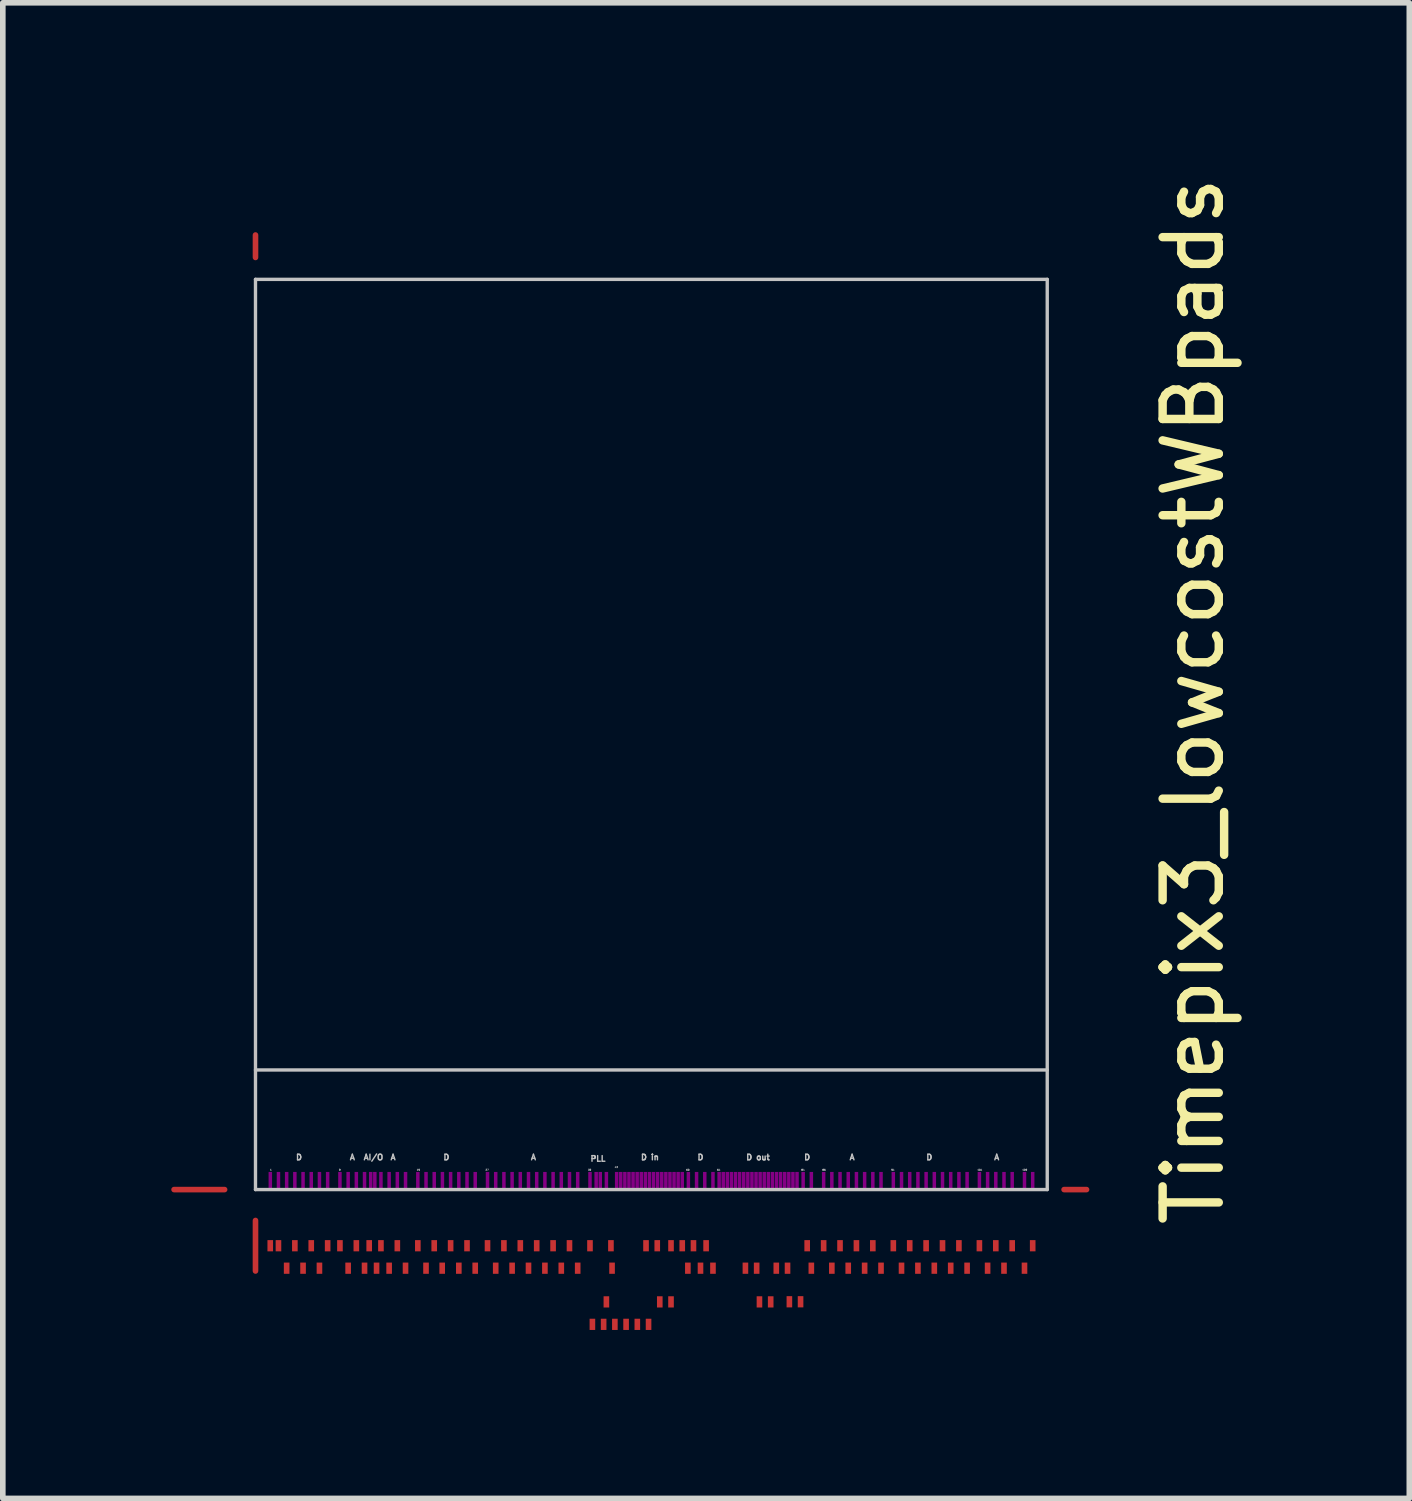
<source format=kicad_pcb>
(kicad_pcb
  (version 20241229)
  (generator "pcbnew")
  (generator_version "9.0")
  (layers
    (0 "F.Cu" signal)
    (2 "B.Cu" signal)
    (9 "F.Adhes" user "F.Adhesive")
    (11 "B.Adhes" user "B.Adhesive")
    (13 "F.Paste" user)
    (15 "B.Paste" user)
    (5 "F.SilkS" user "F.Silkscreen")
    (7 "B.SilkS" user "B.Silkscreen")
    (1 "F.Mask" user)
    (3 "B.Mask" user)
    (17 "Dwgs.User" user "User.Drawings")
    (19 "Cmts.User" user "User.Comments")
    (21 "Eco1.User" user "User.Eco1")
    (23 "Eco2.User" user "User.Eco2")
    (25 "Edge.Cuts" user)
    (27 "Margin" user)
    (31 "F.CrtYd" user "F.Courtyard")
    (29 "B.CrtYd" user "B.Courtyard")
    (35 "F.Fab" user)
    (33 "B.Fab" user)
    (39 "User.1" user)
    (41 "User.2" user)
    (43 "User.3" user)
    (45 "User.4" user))
  (footprint "Timepix3_lowcostWBpads"
    (layer "F.Cu")
    (at 1.5 18.135)
    (property "Reference" "Timepix3_lowcostWBpads" (at 16.7 -8.7 90) (layer "F.SilkS") (effects (font (size 1 1) (thickness 0.15))))
    (attr exclude_from_pos_files exclude_from_bom)
    (fp_line (start 0 -16.21) (end 0 0) (stroke (width 0.06) (type solid)) (layer "Dwgs.User"))
    (fp_line (start 0 -2.13) (end 14.1 -2.13) (stroke (width 0.06) (type solid)) (layer "Dwgs.User"))
    (fp_line (start 0 0) (end 14.1 0) (stroke (width 0.06) (type solid)) (layer "Dwgs.User"))
    (fp_line (start 14.1 -16.21) (end 0 -16.21) (stroke (width 0.06) (type solid)) (layer "Dwgs.User"))
    (fp_line (start 14.1 0) (end 14.1 -16.21) (stroke (width 0.06) (type solid)) (layer "Dwgs.User"))
    (fp_text user "86" (at 10.125 -0.35 180) (layer "Dwgs.User") (effects (font (size 0.03 0.03) (thickness 0.007))))
    (fp_text user "AI/O" (at 2.1 -0.575 0) (layer "Dwgs.User") (effects (font (size 0.1 0.1) (thickness 0.025))))
    (fp_text user "84" (at 9.75 -0.35 180) (layer "Dwgs.User") (effects (font (size 0.03 0.03) (thickness 0.007))))
    (fp_text user "39" (at 5.95 -0.35 180) (layer "Dwgs.User") (effects (font (size 0.03 0.03) (thickness 0.007))))
    (fp_text user "D" (at 7.925 -0.575 0) (layer "Dwgs.User") (effects (font (size 0.1 0.1) (thickness 0.025))))
    (fp_text user "27" (at 4.125 -0.35 180) (layer "Dwgs.User") (effects (font (size 0.03 0.03) (thickness 0.007))))
    (fp_text user "104" (at 12.9 -0.35 180) (layer "Dwgs.User") (effects (font (size 0.03 0.03) (thickness 0.007))))
    (fp_text user "60" (at 7.7 -0.35 180) (layer "Dwgs.User") (effects (font (size 0.03 0.03) (thickness 0.007))))
    (fp_text user "D" (at 0.775 -0.575 0) (layer "Dwgs.User") (effects (font (size 0.1 0.1) (thickness 0.025))))
    (fp_text user "D" (at 12 -0.575 0) (layer "Dwgs.User") (effects (font (size 0.1 0.1) (thickness 0.025))))
    (fp_text user "A" (at 13.2 -0.575 0) (layer "Dwgs.User") (effects (font (size 0.1 0.1) (thickness 0.025))))
    (fp_text user "D out" (at 8.95 -0.575 0) (layer "Dwgs.User") (effects (font (size 0.1 0.1) (thickness 0.025))))
    (fp_text user "109" (at 13.7 -0.35 180) (layer "Dwgs.User") (effects (font (size 0.03 0.03) (thickness 0.007))))
    (fp_text user "A" (at 1.725 -0.575 0) (layer "Dwgs.User") (effects (font (size 0.1 0.1) (thickness 0.025))))
    (fp_text user "D in" (at 7.025 -0.575 0) (layer "Dwgs.User") (effects (font (size 0.1 0.1) (thickness 0.025))))
    (fp_text user "A" (at 2.45 -0.575 0) (layer "Dwgs.User") (effects (font (size 0.1 0.1) (thickness 0.025))))
    (fp_text user "64" (at 8.25 -0.35 180) (layer "Dwgs.User") (effects (font (size 0.03 0.03) (thickness 0.007))))
    (fp_text user "D" (at 3.4 -0.575 0) (layer "Dwgs.User") (effects (font (size 0.1 0.1) (thickness 0.025))))
    (fp_text user "94" (at 11.35 -0.35 180) (layer "Dwgs.User") (effects (font (size 0.03 0.03) (thickness 0.007))))
    (fp_text user "19" (at 2.9 -0.35 180) (layer "Dwgs.User") (effects (font (size 0.03 0.03) (thickness 0.007))))
    (fp_text user "9" (at 1.5 -0.35 0) (layer "Dwgs.User") (effects (font (size 0.03 0.03) (thickness 0.007))))
    (fp_text user "1" (at 0.275 -0.35 0) (layer "Dwgs.User") (effects (font (size 0.03 0.03) (thickness 0.007))))
    (fp_text user "PLL" (at 6.1 -0.55 0) (layer "Dwgs.User") (effects (font (size 0.1 0.1) (thickness 0.025))))
    (fp_text user "A" (at 4.95 -0.575 0) (layer "Dwgs.User") (effects (font (size 0.1 0.1) (thickness 0.025))))
    (fp_text user "D" (at 9.825 -0.575 0) (layer "Dwgs.User") (effects (font (size 0.1 0.1) (thickness 0.025))))
    (fp_text user "43" (at 6.425 -0.4 180) (layer "Dwgs.User") (effects (font (size 0.03 0.03) (thickness 0.007))))
    (fp_text user "A" (at 10.625 -0.575 0) (layer "Dwgs.User") (effects (font (size 0.1 0.1) (thickness 0.025))))
    (fp_text user "x" (at 8.438 -0.168 0) (layer "Eco1.User") (effects (font (size 0.1 0.1) (thickness 0.015))))
    (fp_text user "[" (at 7.345 -0.347 270) (layer "Eco1.User") (effects (font (size 0.05 0.05) (thickness 0.013))))
    (fp_text user "[" (at 7.197 -0.347 270) (layer "Eco1.User") (effects (font (size 0.05 0.05) (thickness 0.013))))
    (fp_text user "x" (at 9.315 -0.168 0) (layer "Eco1.User") (effects (font (size 0.1 0.1) (thickness 0.015))))
    (fp_text user "[" (at 8.877 -0.347 270) (layer "Eco1.User") (effects (font (size 0.05 0.05) (thickness 0.013))))
    (fp_text user "[" (at 9.023 -0.347 270) (layer "Eco1.User") (effects (font (size 0.05 0.05) (thickness 0.013))))
    (fp_text user "[" (at 6.468 -0.345 270) (layer "Eco1.User") (effects (font (size 0.05 0.05) (thickness 0.013))))
    (fp_text user "x" (at 8.73 -0.168 0) (layer "Eco1.User") (effects (font (size 0.1 0.1) (thickness 0.015))))
    (fp_text user "[" (at 7.053 -0.347 270) (layer "Eco1.User") (effects (font (size 0.05 0.05) (thickness 0.013))))
    (fp_text user "x" (at 7.49 -0.168 0) (layer "Eco1.User") (effects (font (size 0.1 0.1) (thickness 0.015))))
    (fp_text user "x" (at 9.17 -0.168 0) (layer "Eco1.User") (effects (font (size 0.1 0.1) (thickness 0.015))))
    (fp_text user "[" (at 6.615 -0.347 270) (layer "Eco1.User") (effects (font (size 0.05 0.05) (thickness 0.013))))
    (fp_text user "x" (at 8.295 -0.168 0) (layer "Eco1.User") (effects (font (size 0.1 0.1) (thickness 0.015))))
    (fp_text user "[" (at 9.61 -0.35 270) (layer "Eco1.User") (effects (font (size 0.05 0.05) (thickness 0.013))))
    (fp_text user "[" (at 6.76 -0.347 270) (layer "Eco1.User") (effects (font (size 0.05 0.05) (thickness 0.013))))
    (fp_text user "x" (at 8.585 -0.168 0) (layer "Eco1.User") (effects (font (size 0.1 0.1) (thickness 0.015))))
    (fp_text user "[" (at 6.103 -0.345 270) (layer "Eco1.User") (effects (font (size 0.05 0.05) (thickness 0.013))))
    (fp_text user "x" (at 6.907 -0.165 0) (layer "Eco1.User") (effects (font (size 0.1 0.1) (thickness 0.015))))
    (fp_text user "[" (at 9.463 -0.35 270) (layer "Eco1.User") (effects (font (size 0.05 0.05) (thickness 0.013))))
    (pad "" smd rect (at 0.264 -0.164) (size 0.062 0.3) (layers "F.Adhes"))
    (pad "" smd rect (at 0.409 -0.164) (size 0.062 0.3) (layers "F.Adhes"))
    (pad "" smd rect (at 0.555 -0.164) (size 0.062 0.3) (layers "F.Adhes"))
    (pad "" smd rect (at 0.701 -0.164) (size 0.062 0.3) (layers "F.Adhes"))
    (pad "" smd rect (at 0.847 -0.164) (size 0.062 0.3) (layers "F.Adhes"))
    (pad "" smd rect (at 0.993 -0.164) (size 0.062 0.3) (layers "F.Adhes"))
    (pad "" smd rect (at 1.139 -0.164) (size 0.062 0.3) (layers "F.Adhes"))
    (pad "" smd rect (at 1.285 -0.164) (size 0.062 0.3) (layers "F.Adhes"))
    (pad "" smd rect (at 1.504 -0.164) (size 0.062 0.3) (layers "F.Adhes"))
    (pad "" smd rect (at 1.65 -0.164) (size 0.062 0.3) (layers "F.Adhes"))
    (pad "" smd rect (at 1.796 -0.164) (size 0.062 0.3) (layers "F.Adhes"))
    (pad "" smd rect (at 1.942 -0.164) (size 0.062 0.3) (layers "F.Adhes"))
    (pad "" smd rect (at 2.052 -0.164) (size 0.062 0.3) (layers "F.Adhes"))
    (pad "" smd rect (at 2.125 -0.164) (size 0.062 0.3) (layers "F.Adhes"))
    (pad "" smd rect (at 2.234 -0.164) (size 0.062 0.3) (layers "F.Adhes"))
    (pad "" smd rect (at 2.38 -0.164) (size 0.062 0.3) (layers "F.Adhes"))
    (pad "" smd rect (at 2.526 -0.164) (size 0.062 0.3) (layers "F.Adhes"))
    (pad "" smd rect (at 2.672 -0.164) (size 0.062 0.3) (layers "F.Adhes"))
    (pad "" smd rect (at 2.891 -0.164) (size 0.062 0.3) (layers "F.Adhes"))
    (pad "" smd rect (at 3.037 -0.164) (size 0.062 0.3) (layers "F.Adhes"))
    (pad "" smd rect (at 3.183 -0.164) (size 0.062 0.3) (layers "F.Adhes"))
    (pad "" smd rect (at 3.329 -0.164) (size 0.062 0.3) (layers "F.Adhes"))
    (pad "" smd rect (at 3.475 -0.164) (size 0.062 0.3) (layers "F.Adhes"))
    (pad "" smd rect (at 3.621 -0.164) (size 0.062 0.3) (layers "F.Adhes"))
    (pad "" smd rect (at 3.767 -0.164) (size 0.062 0.3) (layers "F.Adhes"))
    (pad "" smd rect (at 3.913 -0.164) (size 0.062 0.3) (layers "F.Adhes"))
    (pad "" smd rect (at 4.132 -0.164) (size 0.062 0.3) (layers "F.Adhes"))
    (pad "" smd rect (at 4.278 -0.164) (size 0.062 0.3) (layers "F.Adhes"))
    (pad "" smd rect (at 4.424 -0.164) (size 0.062 0.3) (layers "F.Adhes"))
    (pad "" smd rect (at 4.57 -0.164) (size 0.062 0.3) (layers "F.Adhes"))
    (pad "" smd rect (at 4.716 -0.164) (size 0.062 0.3) (layers "F.Adhes"))
    (pad "" smd rect (at 4.862 -0.164) (size 0.062 0.3) (layers "F.Adhes"))
    (pad "" smd rect (at 5.008 -0.164) (size 0.062 0.3) (layers "F.Adhes"))
    (pad "" smd rect (at 5.154 -0.164) (size 0.062 0.3) (layers "F.Adhes"))
    (pad "" smd rect (at 5.3 -0.164) (size 0.062 0.3) (layers "F.Adhes"))
    (pad "" smd rect (at 5.446 -0.164) (size 0.062 0.3) (layers "F.Adhes"))
    (pad "" smd rect (at 5.592 -0.164) (size 0.062 0.3) (layers "F.Adhes"))
    (pad "" smd rect (at 5.738 -0.164) (size 0.062 0.3) (layers "F.Adhes"))
    (pad "" smd rect (at 5.957 -0.164) (size 0.062 0.3) (layers "F.Adhes"))
    (pad "" smd rect (at 6.067 -0.164) (size 0.062 0.3) (layers "F.Adhes"))
    (pad "" smd rect (at 6.14 -0.164) (size 0.062 0.3) (layers "F.Adhes"))
    (pad "" smd rect (at 6.249 -0.164) (size 0.062 0.3) (layers "F.Adhes"))
    (pad "" smd rect (at 6.432 -0.164) (size 0.062 0.3) (layers "F.Adhes"))
    (pad "" smd rect (at 6.505 -0.164) (size 0.062 0.3) (layers "F.Adhes"))
    (pad "" smd rect (at 6.578 -0.164) (size 0.062 0.3) (layers "F.Adhes"))
    (pad "" smd rect (at 6.651 -0.164) (size 0.062 0.3) (layers "F.Adhes"))
    (pad "" smd rect (at 6.724 -0.164) (size 0.062 0.3) (layers "F.Adhes"))
    (pad "" smd rect (at 6.797 -0.164) (size 0.062 0.3) (layers "F.Adhes"))
    (pad "" smd rect (at 6.87 -0.164) (size 0.062 0.3) (layers "F.Adhes"))
    (pad "" smd rect (at 6.943 -0.164) (size 0.062 0.3) (layers "F.Adhes"))
    (pad "" smd rect (at 7.016 -0.164) (size 0.062 0.3) (layers "F.Adhes"))
    (pad "" smd rect (at 7.089 -0.164) (size 0.062 0.3) (layers "F.Adhes"))
    (pad "" smd rect (at 7.162 -0.164) (size 0.062 0.3) (layers "F.Adhes"))
    (pad "" smd rect (at 7.235 -0.164) (size 0.062 0.3) (layers "F.Adhes"))
    (pad "" smd rect (at 7.308 -0.164) (size 0.062 0.3) (layers "F.Adhes"))
    (pad "" smd rect (at 7.381 -0.164) (size 0.062 0.3) (layers "F.Adhes"))
    (pad "" smd rect (at 7.454 -0.164) (size 0.062 0.3) (layers "F.Adhes"))
    (pad "" smd rect (at 7.527 -0.164) (size 0.062 0.3) (layers "F.Adhes"))
    (pad "" smd rect (at 7.6 -0.164) (size 0.062 0.3) (layers "F.Adhes"))
    (pad "" smd rect (at 7.709 -0.164) (size 0.062 0.3) (layers "F.Adhes"))
    (pad "" smd rect (at 7.855 -0.164) (size 0.062 0.3) (layers "F.Adhes"))
    (pad "" smd rect (at 8.001 -0.164) (size 0.062 0.3) (layers "F.Adhes"))
    (pad "" smd rect (at 8.147 -0.164) (size 0.062 0.3) (layers "F.Adhes"))
    (pad "" smd rect (at 8.257 -0.164) (size 0.062 0.3) (layers "F.Adhes"))
    (pad "" smd rect (at 8.33 -0.164) (size 0.062 0.3) (layers "F.Adhes"))
    (pad "" smd rect (at 8.403 -0.164) (size 0.062 0.3) (layers "F.Adhes"))
    (pad "" smd rect (at 8.476 -0.164) (size 0.062 0.3) (layers "F.Adhes"))
    (pad "" smd rect (at 8.549 -0.164) (size 0.062 0.3) (layers "F.Adhes"))
    (pad "" smd rect (at 8.622 -0.164) (size 0.062 0.3) (layers "F.Adhes"))
    (pad "" smd rect (at 8.695 -0.164) (size 0.062 0.3) (layers "F.Adhes"))
    (pad "" smd rect (at 8.768 -0.164) (size 0.062 0.3) (layers "F.Adhes"))
    (pad "" smd rect (at 8.841 -0.164) (size 0.062 0.3) (layers "F.Adhes"))
    (pad "" smd rect (at 8.914 -0.164) (size 0.062 0.3) (layers "F.Adhes"))
    (pad "" smd rect (at 8.987 -0.164) (size 0.062 0.3) (layers "F.Adhes"))
    (pad "" smd rect (at 9.06 -0.164) (size 0.062 0.3) (layers "F.Adhes"))
    (pad "" smd rect (at 9.133 -0.164) (size 0.062 0.3) (layers "F.Adhes"))
    (pad "" smd rect (at 9.206 -0.164) (size 0.062 0.3) (layers "F.Adhes"))
    (pad "" smd rect (at 9.279 -0.164) (size 0.062 0.3) (layers "F.Adhes"))
    (pad "" smd rect (at 9.352 -0.164) (size 0.062 0.3) (layers "F.Adhes"))
    (pad "" smd rect (at 9.425 -0.164) (size 0.062 0.3) (layers "F.Adhes"))
    (pad "" smd rect (at 9.498 -0.164) (size 0.062 0.3) (layers "F.Adhes"))
    (pad "" smd rect (at 9.571 -0.164) (size 0.062 0.3) (layers "F.Adhes"))
    (pad "" smd rect (at 9.644 -0.164) (size 0.062 0.3) (layers "F.Adhes"))
    (pad "" smd rect (at 9.753 -0.164) (size 0.062 0.3) (layers "F.Adhes"))
    (pad "" smd rect (at 9.899 -0.164) (size 0.062 0.3) (layers "F.Adhes"))
    (pad "" smd rect (at 10.118 -0.164) (size 0.062 0.3) (layers "F.Adhes"))
    (pad "" smd rect (at 10.264 -0.164) (size 0.062 0.3) (layers "F.Adhes"))
    (pad "" smd rect (at 10.41 -0.164) (size 0.062 0.3) (layers "F.Adhes"))
    (pad "" smd rect (at 10.556 -0.164) (size 0.062 0.3) (layers "F.Adhes"))
    (pad "" smd rect (at 10.702 -0.164) (size 0.062 0.3) (layers "F.Adhes"))
    (pad "" smd rect (at 10.848 -0.164) (size 0.062 0.3) (layers "F.Adhes"))
    (pad "" smd rect (at 10.994 -0.164) (size 0.062 0.3) (layers "F.Adhes"))
    (pad "" smd rect (at 11.14 -0.164) (size 0.062 0.3) (layers "F.Adhes"))
    (pad "" smd rect (at 11.359 -0.164) (size 0.062 0.3) (layers "F.Adhes"))
    (pad "" smd rect (at 11.505 -0.164) (size 0.062 0.3) (layers "F.Adhes"))
    (pad "" smd rect (at 11.651 -0.164) (size 0.062 0.3) (layers "F.Adhes"))
    (pad "" smd rect (at 11.797 -0.164) (size 0.062 0.3) (layers "F.Adhes"))
    (pad "" smd rect (at 11.943 -0.164) (size 0.062 0.3) (layers "F.Adhes"))
    (pad "" smd rect (at 12.089 -0.164) (size 0.062 0.3) (layers "F.Adhes"))
    (pad "" smd rect (at 12.235 -0.164) (size 0.062 0.3) (layers "F.Adhes"))
    (pad "" smd rect (at 12.381 -0.164) (size 0.062 0.3) (layers "F.Adhes"))
    (pad "" smd rect (at 12.527 -0.164) (size 0.062 0.3) (layers "F.Adhes"))
    (pad "" smd rect (at 12.673 -0.164) (size 0.062 0.3) (layers "F.Adhes"))
    (pad "" smd rect (at 12.892 -0.164) (size 0.062 0.3) (layers "F.Adhes"))
    (pad "" smd rect (at 13.038 -0.164) (size 0.062 0.3) (layers "F.Adhes"))
    (pad "" smd rect (at 13.184 -0.165) (size 0.062 0.3) (layers "F.Adhes"))
    (pad "" smd rect (at 13.33 -0.164) (size 0.062 0.3) (layers "F.Adhes"))
    (pad "" smd rect (at 13.476 -0.164) (size 0.062 0.3) (layers "F.Adhes"))
    (pad "" smd rect (at 13.695 -0.164) (size 0.062 0.3) (layers "F.Adhes"))
    (pad "" smd rect (at 13.841 -0.164) (size 0.062 0.3) (layers "F.Adhes"))
    (pad "1" smd rect (at 0.263 1) (size 0.1 0.2) (layers "F.Cu" "F.Mask"))
    (pad "2" smd rect (at 0.409 1) (size 0.1 0.2) (layers "F.Cu" "F.Mask"))
    (pad "3" smd rect (at 0.555 1.4) (size 0.1 0.2) (layers "F.Cu" "F.Mask"))
    (pad "4" smd rect (at 0.701 1) (size 0.1 0.2) (layers "F.Cu" "F.Mask"))
    (pad "5" smd rect (at 0.847 1.4) (size 0.1 0.2) (layers "F.Cu" "F.Mask"))
    (pad "6" smd rect (at 0.993 1) (size 0.1 0.2) (layers "F.Cu" "F.Mask"))
    (pad "7" smd rect (at 1.139 1.4) (size 0.1 0.2) (layers "F.Cu" "F.Mask"))
    (pad "8" smd rect (at 1.285 1) (size 0.1 0.2) (layers "F.Cu" "F.Mask"))
    (pad "9" smd rect (at 1.504 1 180) (size 0.1 0.2) (layers "F.Cu" "F.Mask"))
    (pad "10" smd rect (at 1.65 1.4 180) (size 0.1 0.2) (layers "F.Cu" "F.Mask"))
    (pad "11" smd rect (at 1.796 1 180) (size 0.1 0.2) (layers "F.Cu" "F.Mask"))
    (pad "12" smd rect (at 1.942 1.4 180) (size 0.1 0.2) (layers "F.Cu" "F.Mask"))
    (pad "13" smd rect (at 2.025 1 180) (size 0.1 0.2) (layers "F.Cu" "F.Mask"))
    (pad "14" smd rect (at 2.156 1.4 180) (size 0.1 0.2) (layers "F.Cu" "F.Mask"))
    (pad "15" smd rect (at 2.234 1 180) (size 0.1 0.2) (layers "F.Cu" "F.Mask"))
    (pad "16" smd rect (at 2.38 1.4 180) (size 0.1 0.2) (layers "F.Cu" "F.Mask"))
    (pad "17" smd rect (at 2.526 1 180) (size 0.1 0.2) (layers "F.Cu" "F.Mask"))
    (pad "18" smd rect (at 2.672 1.4 180) (size 0.1 0.2) (layers "F.Cu" "F.Mask"))
    (pad "19" smd rect (at 2.891 1 180) (size 0.1 0.2) (layers "F.Cu" "F.Mask"))
    (pad "20" smd rect (at 3.037 1.4 180) (size 0.1 0.2) (layers "F.Cu" "F.Mask"))
    (pad "21" smd rect (at 3.183 1 180) (size 0.1 0.2) (layers "F.Cu" "F.Mask"))
    (pad "22" smd rect (at 3.325 1.4 180) (size 0.1 0.2) (layers "F.Cu" "F.Mask"))
    (pad "23" smd rect (at 3.475 1 180) (size 0.1 0.2) (layers "F.Cu" "F.Mask"))
    (pad "24" smd rect (at 3.621 1.4 180) (size 0.1 0.2) (layers "F.Cu" "F.Mask"))
    (pad "25" smd rect (at 3.767 1 180) (size 0.1 0.2) (layers "F.Cu" "F.Mask"))
    (pad "26" smd rect (at 3.913 1.4 180) (size 0.1 0.2) (layers "F.Cu" "F.Mask"))
    (pad "27" smd rect (at 4.132 1 180) (size 0.1 0.2) (layers "F.Cu" "F.Mask"))
    (pad "28" smd rect (at 4.278 1.4 180) (size 0.1 0.2) (layers "F.Cu" "F.Mask"))
    (pad "29" smd rect (at 4.424 1 180) (size 0.1 0.2) (layers "F.Cu" "F.Mask"))
    (pad "30" smd rect (at 4.57 1.4 180) (size 0.1 0.2) (layers "F.Cu" "F.Mask"))
    (pad "31" smd rect (at 4.716 1 180) (size 0.1 0.2) (layers "F.Cu" "F.Mask"))
    (pad "32" smd rect (at 4.862 1.4 180) (size 0.1 0.2) (layers "F.Cu" "F.Mask"))
    (pad "33" smd rect (at 5.008 1 180) (size 0.1 0.2) (layers "F.Cu" "F.Mask"))
    (pad "34" smd rect (at 5.154 1.4 180) (size 0.1 0.2) (layers "F.Cu" "F.Mask"))
    (pad "35" smd rect (at 5.3 1 180) (size 0.1 0.2) (layers "F.Cu" "F.Mask"))
    (pad "36" smd rect (at 5.446 1.4 180) (size 0.1 0.2) (layers "F.Cu" "F.Mask"))
    (pad "37" smd rect (at 5.592 1 180) (size 0.1 0.2) (layers "F.Cu" "F.Mask"))
    (pad "38" smd rect (at 5.738 1.4 180) (size 0.1 0.2) (layers "F.Cu" "F.Mask"))
    (pad "39" smd rect (at 5.957 1 180) (size 0.1 0.2) (layers "F.Cu" "F.Mask"))
    (pad "40" smd rect (at 6 2.4 180) (size 0.1 0.2) (layers "F.Cu" "F.Mask"))
    (pad "41" smd rect (at 6.2 2.4 180) (size 0.1 0.2) (layers "F.Cu" "F.Mask"))
    (pad "42" smd rect (at 6.249 2 180) (size 0.1 0.2) (layers "F.Cu" "F.Mask"))
    (pad "43" smd rect (at 6.33 1 180) (size 0.1 0.2) (layers "F.Cu" "F.Mask"))
    (pad "44" smd rect (at 6.35 1.4 180) (size 0.1 0.2) (layers "F.Cu" "F.Mask"))
    (pad "45" smd rect (at 6.4 2.4 180) (size 0.1 0.2) (layers "F.Cu" "F.Mask"))
    (pad "46" smd rect (at 6.6 2.4 180) (size 0.1 0.2) (layers "F.Cu" "F.Mask"))
    (pad "47" smd rect (at 6.8 2.4 180) (size 0.1 0.2) (layers "F.Cu" "F.Mask"))
    (pad "48" smd rect (at 7 2.4 180) (size 0.1 0.2) (layers "F.Cu" "F.Mask"))
    (pad "51" smd rect (at 6.955 1 180) (size 0.1 0.2) (layers "F.Cu" "F.Mask"))
    (pad "52" smd rect (at 7.155 1 180) (size 0.1 0.2) (layers "F.Cu" "F.Mask"))
    (pad "53" smd rect (at 7.2 2 180) (size 0.1 0.2) (layers "F.Cu" "F.Mask"))
    (pad "54" smd rect (at 7.4 2 180) (size 0.1 0.2) (layers "F.Cu" "F.Mask"))
    (pad "55" smd rect (at 7.4 1 180) (size 0.1 0.2) (layers "F.Cu" "F.Mask"))
    (pad "56" smd rect (at 7.6 1 180) (size 0.1 0.2) (layers "F.Cu" "F.Mask"))
    (pad "59" smd rect (at 7.7 1.4 180) (size 0.1 0.2) (layers "F.Cu" "F.Mask"))
    (pad "60" smd rect (at 7.8 1 180) (size 0.1 0.2) (layers "F.Cu" "F.Mask"))
    (pad "61" smd rect (at 7.925 1.4 180) (size 0.1 0.2) (layers "F.Cu" "F.Mask"))
    (pad "62" smd rect (at 8.025 1 180) (size 0.1 0.2) (layers "F.Cu" "F.Mask"))
    (pad "63" smd rect (at 8.147 1.4 180) (size 0.1 0.2) (layers "F.Cu" "F.Mask"))
    (pad "72" smd rect (at 8.725 1.4 180) (size 0.1 0.2) (layers "F.Cu" "F.Mask"))
    (pad "73" smd rect (at 8.925 1.4 180) (size 0.1 0.2) (layers "F.Cu" "F.Mask"))
    (pad "74" smd rect (at 8.975 2 180) (size 0.1 0.2) (layers "F.Cu" "F.Mask"))
    (pad "75" smd rect (at 9.175 2 180) (size 0.1 0.2) (layers "F.Cu" "F.Mask"))
    (pad "80" smd rect (at 9.275 1.4 180) (size 0.1 0.2) (layers "F.Cu" "F.Mask"))
    (pad "81" smd rect (at 9.475 1.4 180) (size 0.1 0.2) (layers "F.Cu" "F.Mask"))
    (pad "82" smd rect (at 9.508 1.998 180) (size 0.1 0.2) (layers "F.Cu" "F.Mask"))
    (pad "83" smd rect (at 9.707 1.998 180) (size 0.1 0.2) (layers "F.Cu" "F.Mask"))
    (pad "84" smd rect (at 9.825 1 180) (size 0.1 0.2) (layers "F.Cu" "F.Mask"))
    (pad "85" smd rect (at 9.899 1.4 180) (size 0.1 0.2) (layers "F.Cu" "F.Mask"))
    (pad "86" smd rect (at 10.118 1 180) (size 0.1 0.2) (layers "F.Cu" "F.Mask"))
    (pad "87" smd rect (at 10.264 1.4 180) (size 0.1 0.2) (layers "F.Cu" "F.Mask"))
    (pad "88" smd rect (at 10.41 1 180) (size 0.1 0.2) (layers "F.Cu" "F.Mask"))
    (pad "89" smd rect (at 10.556 1.4 180) (size 0.1 0.2) (layers "F.Cu" "F.Mask"))
    (pad "90" smd rect (at 10.702 1 180) (size 0.1 0.2) (layers "F.Cu" "F.Mask"))
    (pad "91" smd rect (at 10.848 1.4 180) (size 0.1 0.2) (layers "F.Cu" "F.Mask"))
    (pad "92" smd rect (at 10.994 1 180) (size 0.1 0.2) (layers "F.Cu" "F.Mask"))
    (pad "93" smd rect (at 11.14 1.4 180) (size 0.1 0.2) (layers "F.Cu" "F.Mask"))
    (pad "94" smd rect (at 11.359 1 180) (size 0.1 0.2) (layers "F.Cu" "F.Mask"))
    (pad "95" smd rect (at 11.505 1.4 180) (size 0.1 0.2) (layers "F.Cu" "F.Mask"))
    (pad "96" smd rect (at 11.651 1 180) (size 0.1 0.2) (layers "F.Cu" "F.Mask"))
    (pad "97" smd rect (at 11.797 1.4 180) (size 0.1 0.2) (layers "F.Cu" "F.Mask"))
    (pad "98" smd rect (at 11.943 1 180) (size 0.1 0.2) (layers "F.Cu" "F.Mask"))
    (pad "99" smd rect (at 12.089 1.4 180) (size 0.1 0.2) (layers "F.Cu" "F.Mask"))
    (pad "100" smd rect (at 12.235 1 180) (size 0.1 0.2) (layers "F.Cu" "F.Mask"))
    (pad "101" smd rect (at 12.381 1.4 180) (size 0.1 0.2) (layers "F.Cu" "F.Mask"))
    (pad "102" smd rect (at 12.527 1 180) (size 0.1 0.2) (layers "F.Cu" "F.Mask"))
    (pad "103" smd rect (at 12.673 1.4 180) (size 0.1 0.2) (layers "F.Cu" "F.Mask"))
    (pad "104" smd rect (at 12.892 1 180) (size 0.1 0.2) (layers "F.Cu" "F.Mask"))
    (pad "105" smd rect (at 13.038 1.4 180) (size 0.1 0.2) (layers "F.Cu" "F.Mask"))
    (pad "106" smd rect (at 13.184 1 180) (size 0.1 0.2) (layers "F.Cu" "F.Mask"))
    (pad "107" smd rect (at 13.33 1.4 180) (size 0.1 0.2) (layers "F.Cu" "F.Mask"))
    (pad "108" smd rect (at 13.476 1 180) (size 0.1 0.2) (layers "F.Cu" "F.Mask"))
    (pad "109" smd rect (at 13.695 1.4 180) (size 0.1 0.2) (layers "F.Cu" "F.Mask"))
    (pad "110" smd rect (at 13.841 1 180) (size 0.1 0.2) (layers "F.Cu" "F.Mask"))
    (pad "111" smd roundrect (at -1 0) (size 1 0.1) (layers "F.Cu") (roundrect_rratio 0.5))
    (pad "111" smd roundrect (at 0 -16.8 90) (size 0.5 0.1) (layers "F.Cu") (roundrect_rratio 0.5))
    (pad "111" smd roundrect (at 0 1 90) (size 1 0.1) (layers "F.Cu") (roundrect_rratio 0.5))
    (pad "111" smd roundrect (at 14.6 0) (size 0.5 0.1) (layers "F.Cu") (roundrect_rratio 0.5)))
  (gr_rect
    (start -3 -3)
    (end 22.048 23.635)
    (stroke (width 0.1) (type default))
    (fill no)
    (layer "Edge.Cuts")))
</source>
